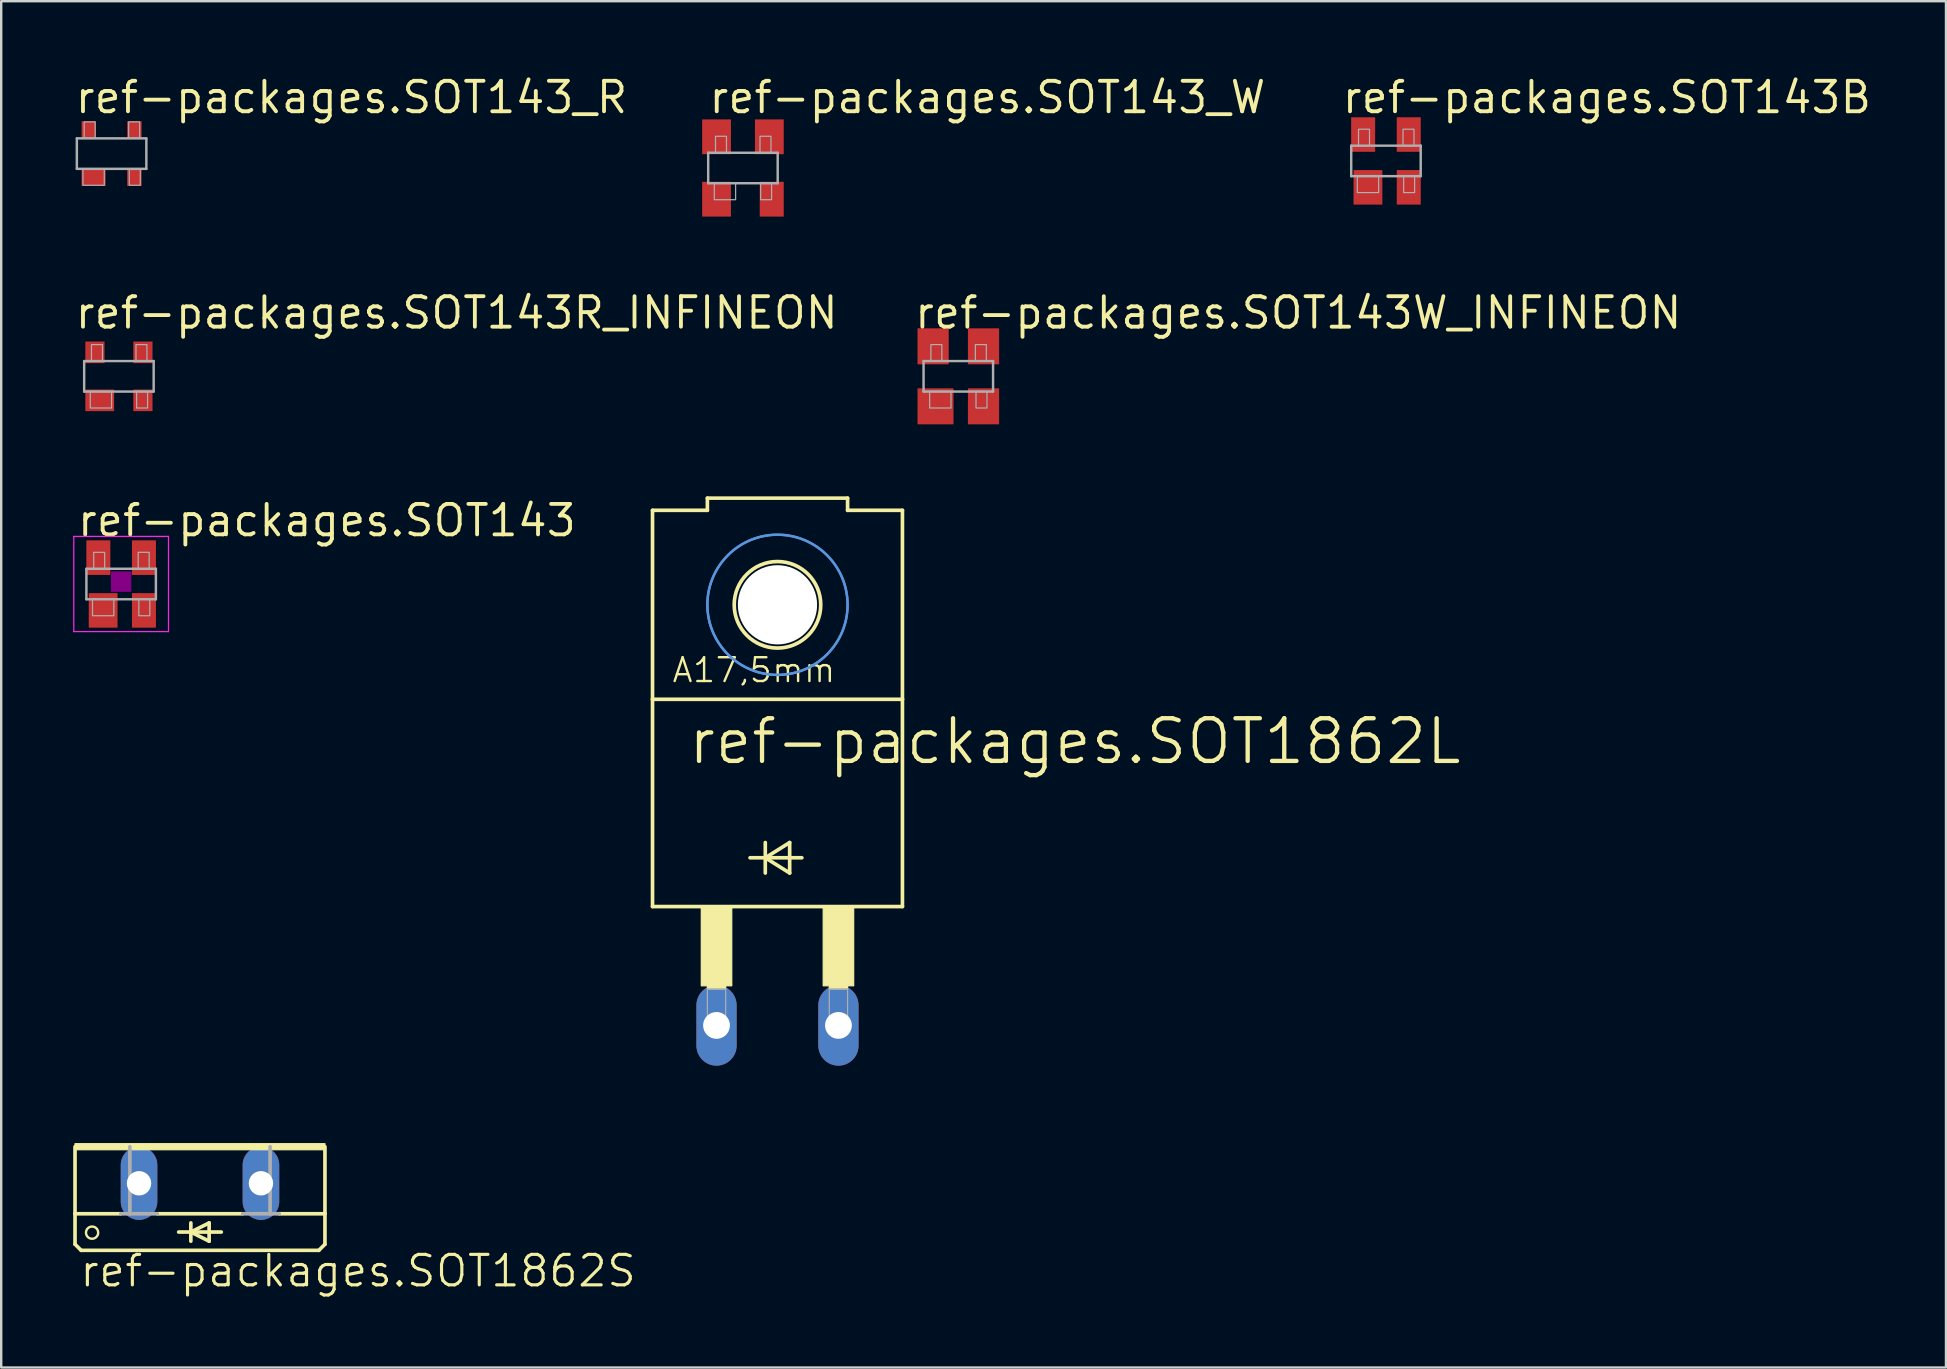
<source format=kicad_pcb>
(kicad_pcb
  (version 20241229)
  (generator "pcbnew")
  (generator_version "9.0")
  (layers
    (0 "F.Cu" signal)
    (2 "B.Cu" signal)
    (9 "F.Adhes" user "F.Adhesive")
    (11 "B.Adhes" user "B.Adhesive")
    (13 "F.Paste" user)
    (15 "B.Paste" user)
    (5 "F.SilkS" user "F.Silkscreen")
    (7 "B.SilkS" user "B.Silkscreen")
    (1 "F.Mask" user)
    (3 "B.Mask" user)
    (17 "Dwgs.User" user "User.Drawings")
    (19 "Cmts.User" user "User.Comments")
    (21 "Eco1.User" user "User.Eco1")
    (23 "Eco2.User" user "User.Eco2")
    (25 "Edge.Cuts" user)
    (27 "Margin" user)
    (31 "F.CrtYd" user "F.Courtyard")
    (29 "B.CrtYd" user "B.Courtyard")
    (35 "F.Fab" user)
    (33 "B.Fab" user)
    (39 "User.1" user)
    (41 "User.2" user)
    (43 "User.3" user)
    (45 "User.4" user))
  (footprint "ref-packages.SOT143_R"
    (layer "F.Cu")
    (at 1.6 3.35)
    (property "Reference" "ref-packages.SOT143_R" (at -1.6 -1.6 0) (layer "F.SilkS") (effects (font (size 1.27 1.27) (thickness 0.16)) (justify left bottom)))
    (attr smd)
    (fp_line (start -1.448 -0.635) (end 1.448 -0.635) (stroke (width 0.102) (type default)) (layer "F.Fab"))
    (fp_line (start -1.448 0.635) (end -1.448 -0.635) (stroke (width 0.102) (type default)) (layer "F.Fab"))
    (fp_line (start -1.448 0.635) (end 1.448 0.635) (stroke (width 0.102) (type default)) (layer "F.Fab"))
    (fp_line (start 1.448 0.635) (end 1.448 -0.635) (stroke (width 0.102) (type default)) (layer "F.Fab"))
    (fp_rect (start -1.194 1.321) (end -0.305 0.635) (stroke (width 0.05) (type default)) (fill no) (layer "F.Fab"))
    (fp_rect (start -1.143 -0.635) (end -0.686 -1.321) (stroke (width 0.05) (type default)) (fill no) (layer "F.Fab"))
    (fp_rect (start 0.711 -0.635) (end 1.168 -1.321) (stroke (width 0.05) (type default)) (fill no) (layer "F.Fab"))
    (fp_rect (start 0.737 1.321) (end 1.194 0.635) (stroke (width 0.05) (type default)) (fill no) (layer "F.Fab"))
    (pad "1" smd roundrect (at -0.75 1) (size 1 0.7) (layers "F.Cu" "F.Mask" "F.Paste") (roundrect_rratio 0.01))
    (pad "2" smd roundrect (at 0.95 1) (size 0.6 0.7) (layers "F.Cu" "F.Mask" "F.Paste") (roundrect_rratio 0.01))
    (pad "3" smd roundrect (at 0.95 -1) (size 0.6 0.7) (layers "F.Cu" "F.Mask" "F.Paste") (roundrect_rratio 0.01))
    (pad "4" smd roundrect (at -0.95 -1) (size 0.6 0.7) (layers "F.Cu" "F.Mask" "F.Paste") (roundrect_rratio 0.01)))
  (footprint "ref-packages.SOT143R_INFINEON"
    (layer "F.Cu")
    (at 1.905 12.63)
    (property "Reference" "ref-packages.SOT143R_INFINEON" (at -1.905 -1.905 0) (layer "F.SilkS") (effects (font (size 1.27 1.27) (thickness 0.16)) (justify left bottom)))
    (attr smd)
    (fp_line (start -1.448 -0.635) (end 1.448 -0.635) (stroke (width 0.102) (type default)) (layer "F.Fab"))
    (fp_line (start -1.448 0.635) (end -1.448 -0.635) (stroke (width 0.102) (type default)) (layer "F.Fab"))
    (fp_line (start 1.448 0.635) (end -1.448 0.635) (stroke (width 0.102) (type default)) (layer "F.Fab"))
    (fp_line (start 1.448 0.635) (end 1.448 -0.635) (stroke (width 0.102) (type default)) (layer "F.Fab"))
    (fp_rect (start -1.194 1.321) (end -0.305 0.635) (stroke (width 0.05) (type default)) (fill no) (layer "F.Fab"))
    (fp_rect (start -1.143 -0.635) (end -0.686 -1.321) (stroke (width 0.05) (type default)) (fill no) (layer "F.Fab"))
    (fp_rect (start 0.711 -0.635) (end 1.168 -1.321) (stroke (width 0.05) (type default)) (fill no) (layer "F.Fab"))
    (fp_rect (start 0.737 1.321) (end 1.194 0.635) (stroke (width 0.05) (type default)) (fill no) (layer "F.Fab"))
    (pad "1" smd roundrect (at -0.8 1) (size 1.2 0.9) (layers "F.Cu" "F.Mask" "F.Paste") (roundrect_rratio 0.01))
    (pad "2" smd roundrect (at 1 1) (size 0.8 0.9) (layers "F.Cu" "F.Mask" "F.Paste") (roundrect_rratio 0.01))
    (pad "3" smd roundrect (at 1 -1) (size 0.8 0.9) (layers "F.Cu" "F.Mask" "F.Paste") (roundrect_rratio 0.01))
    (pad "4" smd roundrect (at -1 -1) (size 0.8 0.9) (layers "F.Cu" "F.Mask" "F.Paste") (roundrect_rratio 0.01)))
  (footprint "ref-packages.SOT1862S"
    (layer "F.Cu")
    (at 5.283 44.604)
    (property "Reference" "ref-packages.SOT1862S" (at -5.08 6.045 0) (layer "F.SilkS") (effects (font (size 1.27 1.27) (thickness 0.13)) (justify left bottom)))
    (attr through_hole)
    (fp_line (start -5.207 2.921) (end -5.207 0.127) (stroke (width 0.152) (type default)) (layer "F.SilkS"))
    (fp_line (start -5.207 2.921) (end -3.302 2.921) (stroke (width 0.152) (type default)) (layer "F.SilkS"))
    (fp_line (start -5.207 4.191) (end -5.207 2.921) (stroke (width 0.152) (type default)) (layer "F.SilkS"))
    (fp_line (start -5.207 4.191) (end -4.953 4.445) (stroke (width 0.152) (type default)) (layer "F.SilkS"))
    (fp_line (start -1.778 2.921) (end 1.778 2.921) (stroke (width 0.152) (type default)) (layer "F.SilkS"))
    (fp_line (start -0.889 3.683) (end -0.381 3.683) (stroke (width 0.152) (type default)) (layer "F.SilkS"))
    (fp_line (start -0.381 3.302) (end -0.381 3.683) (stroke (width 0.152) (type default)) (layer "F.SilkS"))
    (fp_line (start -0.381 3.683) (end -0.381 4.064) (stroke (width 0.152) (type default)) (layer "F.SilkS"))
    (fp_line (start -0.381 3.683) (end 0.381 3.302) (stroke (width 0.152) (type default)) (layer "F.SilkS"))
    (fp_line (start -0.381 3.683) (end 0.889 3.683) (stroke (width 0.152) (type default)) (layer "F.SilkS"))
    (fp_line (start 0.381 3.302) (end 0.381 4.064) (stroke (width 0.152) (type default)) (layer "F.SilkS"))
    (fp_line (start 0.381 4.064) (end -0.381 3.683) (stroke (width 0.152) (type default)) (layer "F.SilkS"))
    (fp_line (start 4.953 4.445) (end -4.953 4.445) (stroke (width 0.152) (type default)) (layer "F.SilkS"))
    (fp_line (start 4.953 4.445) (end 5.207 4.191) (stroke (width 0.152) (type default)) (layer "F.SilkS"))
    (fp_line (start 5.207 2.921) (end 3.302 2.921) (stroke (width 0.152) (type default)) (layer "F.SilkS"))
    (fp_line (start 5.207 2.921) (end 5.207 0.127) (stroke (width 0.152) (type default)) (layer "F.SilkS"))
    (fp_line (start 5.207 4.191) (end 5.207 2.921) (stroke (width 0.152) (type default)) (layer "F.SilkS"))
    (fp_rect (start -5.207 0.254) (end 5.207 0) (stroke (width 0.05) (type default)) (fill yes) (layer "F.SilkS"))
    (fp_circle (center -4.496 3.708) (end -4.242 3.708) (stroke (width 0.1) (type default)) (fill no) (layer "F.SilkS"))
    (fp_line (start -3.302 2.921) (end -2.921 2.921) (stroke (width 0.152) (type default)) (layer "F.Fab"))
    (fp_line (start -2.921 2.921) (end -2.921 0.127) (stroke (width 0.152) (type default)) (layer "F.Fab"))
    (fp_line (start -2.921 2.921) (end -1.778 2.921) (stroke (width 0.152) (type default)) (layer "F.Fab"))
    (fp_line (start 2.921 2.921) (end 1.778 2.921) (stroke (width 0.152) (type default)) (layer "F.Fab"))
    (fp_line (start 2.921 2.921) (end 2.921 0.127) (stroke (width 0.152) (type default)) (layer "F.Fab"))
    (fp_line (start 3.302 2.921) (end 2.921 2.921) (stroke (width 0.152) (type default)) (layer "F.Fab"))
    (pad "A" thru_hole oval (at 2.54 1.651 90) (size 3.048 1.524) (drill 1.016) (layers "*.Cu" "*.Mask"))
    (pad "C" thru_hole oval (at -2.54 1.651 90) (size 3.048 1.524) (drill 1.016) (layers "*.Cu" "*.Mask")))
  (footprint "ref-packages.SOT143"
    (layer "F.Cu")
    (at 1.998 21.285)
    (property "Reference" "ref-packages.SOT143" (at -1.905 -1.905 0) (layer "F.SilkS") (effects (font (size 1.27 1.27) (thickness 0.16)) (justify left bottom)))
    (attr smd)
    (fp_rect (start -0.4 0.3) (end 0.4 -0.5) (stroke (width 0.05) (type default)) (fill yes) (layer "F.Adhes"))
    (fp_line (start -1.973 -1.983) (end 1.973 -1.983) (stroke (width 0.051) (type default)) (layer "F.CrtYd"))
    (fp_line (start -1.973 1.983) (end -1.973 -1.983) (stroke (width 0.051) (type default)) (layer "F.CrtYd"))
    (fp_line (start 1.973 -1.983) (end 1.973 1.983) (stroke (width 0.051) (type default)) (layer "F.CrtYd"))
    (fp_line (start 1.973 1.983) (end -1.973 1.983) (stroke (width 0.051) (type default)) (layer "F.CrtYd"))
    (fp_line (start -1.448 -0.635) (end 1.448 -0.635) (stroke (width 0.102) (type default)) (layer "F.Fab"))
    (fp_line (start -1.448 0.635) (end -1.448 -0.635) (stroke (width 0.102) (type default)) (layer "F.Fab"))
    (fp_line (start -1.448 0.635) (end 1.448 0.635) (stroke (width 0.102) (type default)) (layer "F.Fab"))
    (fp_line (start 1.448 0.635) (end 1.448 -0.635) (stroke (width 0.102) (type default)) (layer "F.Fab"))
    (fp_rect (start -1.194 1.321) (end -0.305 0.635) (stroke (width 0.05) (type default)) (fill no) (layer "F.Fab"))
    (fp_rect (start -1.143 -0.635) (end -0.686 -1.321) (stroke (width 0.05) (type default)) (fill no) (layer "F.Fab"))
    (fp_rect (start 0.711 -0.635) (end 1.168 -1.321) (stroke (width 0.05) (type default)) (fill no) (layer "F.Fab"))
    (fp_rect (start 0.737 1.321) (end 1.194 0.635) (stroke (width 0.05) (type default)) (fill no) (layer "F.Fab"))
    (pad "1" smd roundrect (at -0.75 1.1) (size 1.2 1.44) (layers "F.Cu" "F.Mask" "F.Paste") (roundrect_rratio 0.01))
    (pad "2" smd roundrect (at 0.95 1.1) (size 1 1.44) (layers "F.Cu" "F.Mask" "F.Paste") (roundrect_rratio 0.01))
    (pad "3" smd roundrect (at 0.95 -1.1) (size 1 1.44) (layers "F.Cu" "F.Mask" "F.Paste") (roundrect_rratio 0.01))
    (pad "4" smd roundrect (at -0.95 -1.1) (size 1 1.44) (layers "F.Cu" "F.Mask" "F.Paste") (roundrect_rratio 0.01)))
  (footprint "ref-packages.SOT1862L"
    (layer "F.Cu")
    (at 29.346 33.327)
    (property "Reference" "ref-packages.SOT1862L" (at -3.81 -4.445 0) (layer "F.SilkS") (effects (font (size 1.778 1.778) (thickness 0.18)) (justify left bottom)))
    (attr through_hole)
    (fp_line (start -5.207 -15.113) (end -2.921 -15.113) (stroke (width 0.152) (type default)) (layer "F.SilkS"))
    (fp_line (start -5.207 -7.239) (end -5.207 -15.113) (stroke (width 0.152) (type default)) (layer "F.SilkS"))
    (fp_line (start -5.207 -7.239) (end 5.207 -7.239) (stroke (width 0.152) (type default)) (layer "F.SilkS"))
    (fp_line (start -5.207 1.397) (end -5.207 -7.239) (stroke (width 0.152) (type default)) (layer "F.SilkS"))
    (fp_line (start -5.207 1.397) (end 5.207 1.397) (stroke (width 0.152) (type default)) (layer "F.SilkS"))
    (fp_line (start -2.921 -15.621) (end -2.921 -15.113) (stroke (width 0.152) (type default)) (layer "F.SilkS"))
    (fp_line (start -2.921 -15.621) (end 2.921 -15.621) (stroke (width 0.152) (type default)) (layer "F.SilkS"))
    (fp_line (start -1.143 -0.635) (end -0.508 -0.635) (stroke (width 0.152) (type default)) (layer "F.SilkS"))
    (fp_line (start -0.508 -1.27) (end -0.508 -0.635) (stroke (width 0.152) (type default)) (layer "F.SilkS"))
    (fp_line (start -0.508 -0.635) (end -0.508 0) (stroke (width 0.152) (type default)) (layer "F.SilkS"))
    (fp_line (start -0.508 -0.635) (end 0.508 -1.27) (stroke (width 0.152) (type default)) (layer "F.SilkS"))
    (fp_line (start -0.508 -0.635) (end 1.016 -0.635) (stroke (width 0.152) (type default)) (layer "F.SilkS"))
    (fp_line (start 0.508 -1.27) (end 0.508 0) (stroke (width 0.152) (type default)) (layer "F.SilkS"))
    (fp_line (start 0.508 0) (end -0.508 -0.635) (stroke (width 0.152) (type default)) (layer "F.SilkS"))
    (fp_line (start 2.921 -15.621) (end 2.921 -15.113) (stroke (width 0.152) (type default)) (layer "F.SilkS"))
    (fp_line (start 5.207 -15.113) (end 2.921 -15.113) (stroke (width 0.152) (type default)) (layer "F.SilkS"))
    (fp_line (start 5.207 -7.239) (end 5.207 -15.113) (stroke (width 0.152) (type default)) (layer "F.SilkS"))
    (fp_line (start 5.207 1.397) (end 5.207 -7.239) (stroke (width 0.152) (type default)) (layer "F.SilkS"))
    (fp_rect (start -3.175 4.699) (end -1.905 1.397) (stroke (width 0.05) (type default)) (fill yes) (layer "F.SilkS"))
    (fp_rect (start -2.921 4.826) (end -2.159 4.699) (stroke (width 0.05) (type default)) (fill yes) (layer "F.SilkS"))
    (fp_rect (start 1.905 4.699) (end 3.175 1.397) (stroke (width 0.05) (type default)) (fill yes) (layer "F.SilkS"))
    (fp_rect (start 2.159 4.826) (end 2.921 4.699) (stroke (width 0.05) (type default)) (fill yes) (layer "F.SilkS"))
    (fp_circle (center 0 -11.176) (end 1.803 -11.176) (stroke (width 0.152) (type default)) (fill no) (layer "F.SilkS"))
    (fp_circle (center 0 -11.176) (end 2.921 -11.176) (stroke (width 0.1) (type default)) (fill no) (layer "Cmts.User"))
    (fp_circle (center 0 -11.176) (end 2.921 -11.176) (stroke (width 0.1) (type default)) (fill no) (layer "Cmts.User"))
    (fp_rect (start -2.921 6.477) (end -2.159 4.826) (stroke (width 0.05) (type default)) (fill no) (layer "F.Fab"))
    (fp_rect (start 2.159 6.477) (end 2.921 4.826) (stroke (width 0.05) (type default)) (fill no) (layer "F.Fab"))
    (fp_text user "A17,5mm" (at -4.445 -7.874 0) (layer "F.SilkS") (effects (font (size 0.991 0.991) (thickness 0.1)) (justify left bottom)))
    (pad "" np_thru_hole circle (at 0 -11.176) (size 3.302 3.302) (drill 3.302) (layers "*.Cu" "*.Mask"))
    (pad "A" thru_hole oval (at 2.54 6.35 90) (size 3.353 1.676) (drill 1.118) (layers "*.Cu" "*.Mask"))
    (pad "C" thru_hole oval (at -2.54 6.35 90) (size 3.353 1.676) (drill 1.118) (layers "*.Cu" "*.Mask")))
  (footprint "ref-packages.SOT143W_INFINEON"
    (layer "F.Cu")
    (at 36.881 12.63)
    (property "Reference" "ref-packages.SOT143W_INFINEON" (at -1.905 -1.905 0) (layer "F.SilkS") (effects (font (size 1.27 1.27) (thickness 0.16)) (justify left bottom)))
    (attr smd)
    (fp_line (start -1.448 -0.635) (end 1.448 -0.635) (stroke (width 0.102) (type default)) (layer "F.Fab"))
    (fp_line (start -1.448 0.635) (end -1.448 -0.635) (stroke (width 0.102) (type default)) (layer "F.Fab"))
    (fp_line (start -1.448 0.635) (end 1.448 0.635) (stroke (width 0.102) (type default)) (layer "F.Fab"))
    (fp_line (start 1.448 0.635) (end 1.448 -0.635) (stroke (width 0.102) (type default)) (layer "F.Fab"))
    (fp_rect (start -1.194 1.321) (end -0.305 0.635) (stroke (width 0.05) (type default)) (fill no) (layer "F.Fab"))
    (fp_rect (start -1.143 -0.635) (end -0.686 -1.321) (stroke (width 0.05) (type default)) (fill no) (layer "F.Fab"))
    (fp_rect (start 0.711 -0.635) (end 1.168 -1.321) (stroke (width 0.05) (type default)) (fill no) (layer "F.Fab"))
    (fp_rect (start 0.737 1.321) (end 1.194 0.635) (stroke (width 0.05) (type default)) (fill no) (layer "F.Fab"))
    (pad "1" smd roundrect (at -0.95 1.25) (size 1.5 1.5) (layers "F.Cu" "F.Mask" "F.Paste") (roundrect_rratio 0.01))
    (pad "2" smd roundrect (at 1.05 1.25) (size 1.3 1.5) (layers "F.Cu" "F.Mask" "F.Paste") (roundrect_rratio 0.01))
    (pad "3" smd roundrect (at 1.05 -1.25) (size 1.3 1.5) (layers "F.Cu" "F.Mask" "F.Paste") (roundrect_rratio 0.01))
    (pad "4" smd roundrect (at -1.05 -1.25) (size 1.3 1.5) (layers "F.Cu" "F.Mask" "F.Paste") (roundrect_rratio 0.01)))
  (footprint "ref-packages.SOT143B"
    (layer "F.Cu")
    (at 54.7 3.655)
    (property "Reference" "ref-packages.SOT143B" (at -1.905 -1.905 0) (layer "F.SilkS") (effects (font (size 1.27 1.27) (thickness 0.16)) (justify left bottom)))
    (attr smd)
    (fp_line (start -1.448 -0.635) (end 1.448 -0.635) (stroke (width 0.102) (type default)) (layer "F.Fab"))
    (fp_line (start -1.448 0.635) (end -1.448 -0.635) (stroke (width 0.102) (type default)) (layer "F.Fab"))
    (fp_line (start -1.448 0.635) (end 1.448 0.635) (stroke (width 0.102) (type default)) (layer "F.Fab"))
    (fp_line (start 1.448 0.635) (end 1.448 -0.635) (stroke (width 0.102) (type default)) (layer "F.Fab"))
    (fp_rect (start -1.194 1.321) (end -0.305 0.635) (stroke (width 0.05) (type default)) (fill no) (layer "F.Fab"))
    (fp_rect (start -1.143 -0.635) (end -0.686 -1.321) (stroke (width 0.05) (type default)) (fill no) (layer "F.Fab"))
    (fp_rect (start 0.711 -0.635) (end 1.168 -1.321) (stroke (width 0.05) (type default)) (fill no) (layer "F.Fab"))
    (fp_rect (start 0.737 1.321) (end 1.194 0.635) (stroke (width 0.05) (type default)) (fill no) (layer "F.Fab"))
    (pad "1" smd roundrect (at -0.75 1.1) (size 1.2 1.44) (layers "F.Cu" "F.Mask" "F.Paste") (roundrect_rratio 0.01))
    (pad "2" smd roundrect (at 0.95 1.1) (size 1 1.44) (layers "F.Cu" "F.Mask" "F.Paste") (roundrect_rratio 0.01))
    (pad "3" smd roundrect (at 0.95 -1.1) (size 1 1.44) (layers "F.Cu" "F.Mask" "F.Paste") (roundrect_rratio 0.01))
    (pad "4" smd roundrect (at -0.95 -1.1) (size 1 1.44) (layers "F.Cu" "F.Mask" "F.Paste") (roundrect_rratio 0.01)))
  (footprint "ref-packages.SOT143_W"
    (layer "F.Cu")
    (at 27.907 3.95)
    (property "Reference" "ref-packages.SOT143_W" (at -1.5 -2.2 0) (layer "F.SilkS") (effects (font (size 1.27 1.27) (thickness 0.16)) (justify left bottom)))
    (attr smd)
    (fp_line (start -1.448 -0.635) (end 1.448 -0.635) (stroke (width 0.102) (type default)) (layer "F.Fab"))
    (fp_line (start -1.448 0.635) (end -1.448 -0.635) (stroke (width 0.102) (type default)) (layer "F.Fab"))
    (fp_line (start -1.448 0.635) (end 1.448 0.635) (stroke (width 0.102) (type default)) (layer "F.Fab"))
    (fp_line (start 1.448 0.635) (end 1.448 -0.635) (stroke (width 0.102) (type default)) (layer "F.Fab"))
    (fp_rect (start -1.194 1.321) (end -0.305 0.635) (stroke (width 0.05) (type default)) (fill no) (layer "F.Fab"))
    (fp_rect (start -1.143 -0.635) (end -0.686 -1.321) (stroke (width 0.05) (type default)) (fill no) (layer "F.Fab"))
    (fp_rect (start 0.711 -0.635) (end 1.168 -1.321) (stroke (width 0.05) (type default)) (fill no) (layer "F.Fab"))
    (fp_rect (start 0.737 1.321) (end 1.194 0.635) (stroke (width 0.05) (type default)) (fill no) (layer "F.Fab"))
    (pad "1" smd roundrect (at -1.1 1.3) (size 1.2 1.45) (layers "F.Cu" "F.Mask" "F.Paste") (roundrect_rratio 0.01))
    (pad "2" smd roundrect (at 1.2 1.3) (size 1 1.45) (layers "F.Cu" "F.Mask" "F.Paste") (roundrect_rratio 0.01))
    (pad "3" smd roundrect (at 1.1 -1.3) (size 1.2 1.45) (layers "F.Cu" "F.Mask" "F.Paste") (roundrect_rratio 0.01))
    (pad "4" smd roundrect (at -1.1 -1.3) (size 1.2 1.45) (layers "F.Cu" "F.Mask" "F.Paste") (roundrect_rratio 0.01)))
  (gr_rect
    (start -3 -3)
    (end 78.035 53.931)
    (stroke (width 0.1) (type default))
    (fill no)
    (layer "Edge.Cuts")))
</source>
